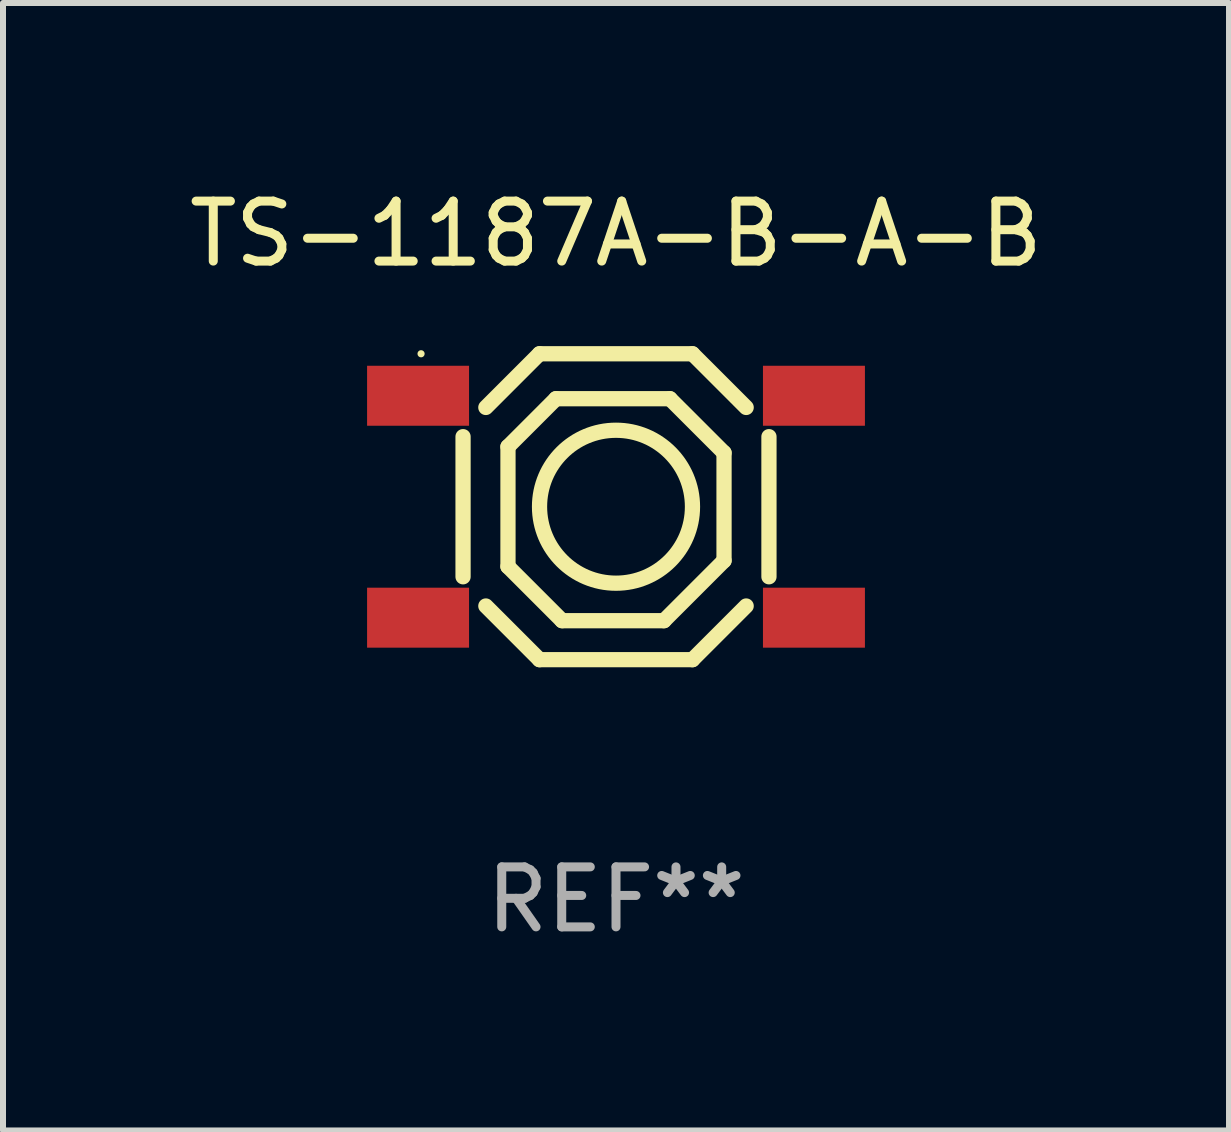
<source format=kicad_pcb>
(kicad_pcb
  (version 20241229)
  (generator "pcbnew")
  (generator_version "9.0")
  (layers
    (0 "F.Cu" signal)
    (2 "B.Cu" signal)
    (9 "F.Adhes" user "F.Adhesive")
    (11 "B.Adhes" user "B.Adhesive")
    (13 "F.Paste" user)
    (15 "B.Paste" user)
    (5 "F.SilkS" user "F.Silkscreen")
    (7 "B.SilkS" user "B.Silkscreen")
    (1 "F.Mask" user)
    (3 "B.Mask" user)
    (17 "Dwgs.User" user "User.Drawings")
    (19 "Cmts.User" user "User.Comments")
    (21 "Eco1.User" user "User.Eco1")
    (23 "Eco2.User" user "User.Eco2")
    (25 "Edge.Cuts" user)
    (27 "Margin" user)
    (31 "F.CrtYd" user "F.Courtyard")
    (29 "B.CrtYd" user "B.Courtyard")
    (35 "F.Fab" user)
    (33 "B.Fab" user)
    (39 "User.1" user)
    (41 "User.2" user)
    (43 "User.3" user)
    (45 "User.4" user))
  (footprint "TS-1187A-B-A-B"
    (layer "F.Cu")
    (at 7.22 5.398)
    (property "Reference" "TS-1187A-B-A-B" (at 0 -4.55 0) (layer "F.SilkS") (effects (font (size 1 1) (thickness 0.15))))
    (attr smd)
    (fp_line (start -2.55 -1.168) (end -2.55 1.168) (stroke (width 0.254) (type solid)) (layer "F.SilkS"))
    (fp_line (start -2.17 1.655) (end -1.275 2.55) (stroke (width 0.254) (type solid)) (layer "F.SilkS"))
    (fp_line (start -1.801 -1.001) (end -1.001 -1.801) (stroke (width 0.254) (type solid)) (layer "F.SilkS"))
    (fp_line (start -1.801 0.998) (end -1.801 -1.001) (stroke (width 0.254) (type solid)) (layer "F.SilkS"))
    (fp_line (start -1.275 -2.55) (end -2.17 -1.655) (stroke (width 0.254) (type solid)) (layer "F.SilkS"))
    (fp_line (start -1.275 -2.55) (end 1.275 -2.55) (stroke (width 0.254) (type solid)) (layer "F.SilkS"))
    (fp_line (start -1.275 2.55) (end 1.275 2.55) (stroke (width 0.254) (type solid)) (layer "F.SilkS"))
    (fp_line (start -1.001 -1.801) (end 0.899 -1.801) (stroke (width 0.254) (type solid)) (layer "F.SilkS"))
    (fp_line (start -0.899 1.9) (end -1.801 0.998) (stroke (width 0.254) (type solid)) (layer "F.SilkS"))
    (fp_line (start 0.8 1.9) (end -0.899 1.9) (stroke (width 0.254) (type solid)) (layer "F.SilkS"))
    (fp_line (start 0.899 -1.801) (end 1.801 -0.899) (stroke (width 0.254) (type solid)) (layer "F.SilkS"))
    (fp_line (start 1.275 -2.55) (end 2.17 -1.655) (stroke (width 0.254) (type solid)) (layer "F.SilkS"))
    (fp_line (start 1.801 -0.899) (end 1.801 0.899) (stroke (width 0.254) (type solid)) (layer "F.SilkS"))
    (fp_line (start 1.801 0.899) (end 0.8 1.9) (stroke (width 0.254) (type solid)) (layer "F.SilkS"))
    (fp_line (start 2.17 1.655) (end 1.275 2.55) (stroke (width 0.254) (type solid)) (layer "F.SilkS"))
    (fp_line (start 2.55 -1.168) (end 2.55 1.168) (stroke (width 0.254) (type solid)) (layer "F.SilkS"))
    (fp_circle (center -3.25 -2.55) (end -3.22 -2.55) (stroke (width 0.06) (type solid)) (fill no) (layer "F.SilkS"))
    (fp_circle (center 0 0) (end 1.275 0) (stroke (width 0.254) (type solid)) (fill no) (layer "F.SilkS"))
    (fp_text user "REF**" (at 0 6.55 0) (layer "F.Fab") (effects (font (size 1 1) (thickness 0.15))))
    (pad "1" smd rect (at -3.3 -1.85) (size 1.7 1) (layers "F.Cu" "F.Mask" "F.Paste"))
    (pad "2" smd rect (at 3.3 -1.85) (size 1.7 1) (layers "F.Cu" "F.Mask" "F.Paste"))
    (pad "3" smd rect (at -3.3 1.85) (size 1.7 1) (layers "F.Cu" "F.Mask" "F.Paste"))
    (pad "4" smd rect (at 3.3 1.85) (size 1.7 1) (layers "F.Cu" "F.Mask" "F.Paste")))
  (gr_rect
    (start -3 -3)
    (end 17.44 15.797)
    (stroke (width 0.1) (type default))
    (fill no)
    (layer "Edge.Cuts")))
</source>
